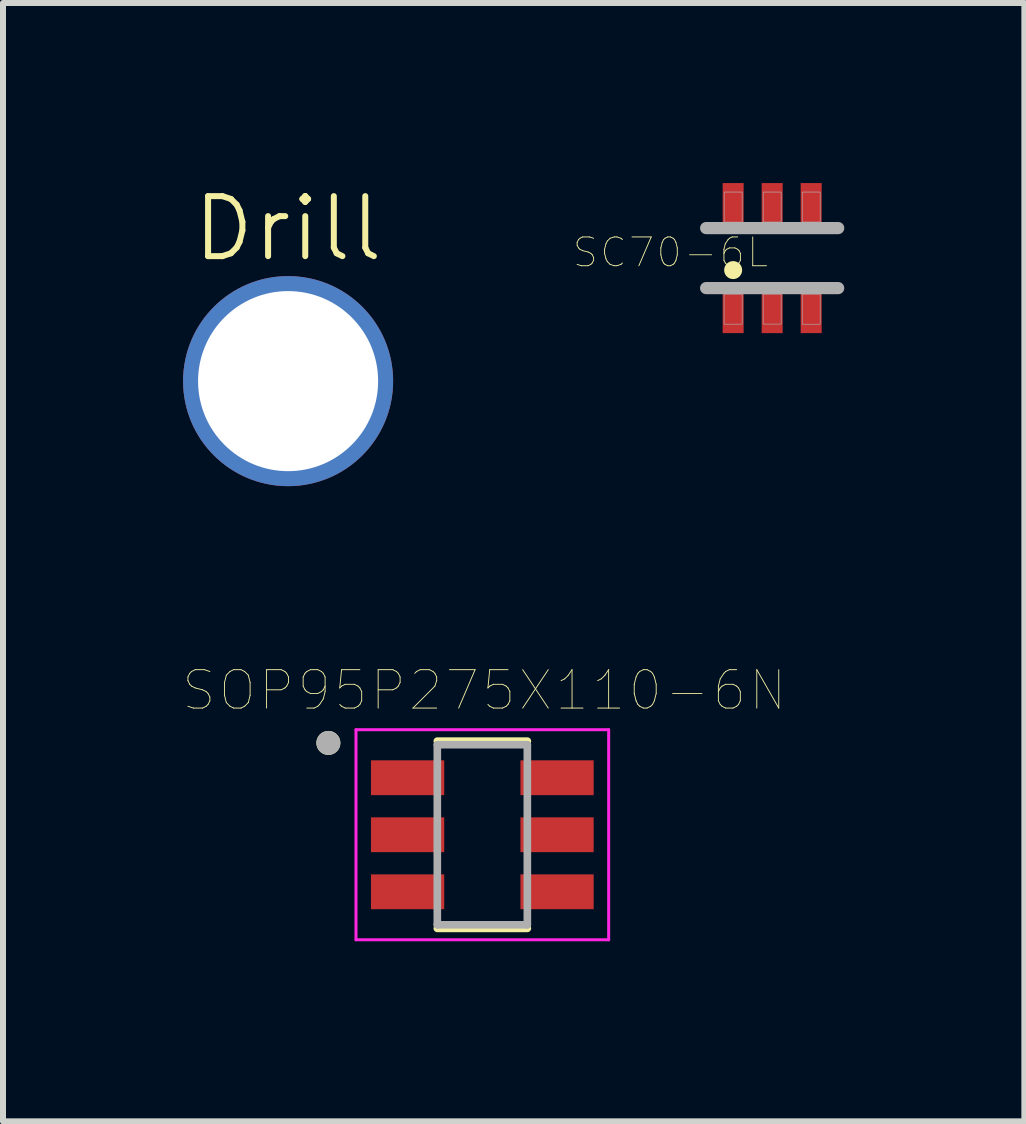
<source format=kicad_pcb>
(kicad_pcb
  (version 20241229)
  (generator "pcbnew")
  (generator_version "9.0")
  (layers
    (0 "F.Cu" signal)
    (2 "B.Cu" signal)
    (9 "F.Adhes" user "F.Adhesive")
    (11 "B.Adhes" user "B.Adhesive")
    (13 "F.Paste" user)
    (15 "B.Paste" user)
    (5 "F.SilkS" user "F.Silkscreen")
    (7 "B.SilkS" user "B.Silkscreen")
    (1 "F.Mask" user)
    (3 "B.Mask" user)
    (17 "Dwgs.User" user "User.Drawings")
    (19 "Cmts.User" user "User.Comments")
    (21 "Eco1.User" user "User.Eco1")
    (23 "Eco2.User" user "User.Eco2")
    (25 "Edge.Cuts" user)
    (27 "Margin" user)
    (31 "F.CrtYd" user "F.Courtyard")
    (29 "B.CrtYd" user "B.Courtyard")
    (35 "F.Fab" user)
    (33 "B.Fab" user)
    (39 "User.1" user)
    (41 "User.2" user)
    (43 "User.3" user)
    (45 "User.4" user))
  (footprint "SOP95P275X110-6N"
    (layer "F.Cu")
    (at 4.986 10.858)
    (property "Reference" "SOP95P275X110-6N" (at 0.032 -2.406 0) (layer "F.SilkS") (effects (font (size 0.64 0.64) (thickness 0.015))))
    (attr through_hole)
    (fp_line (start -0.75 -1.56) (end 0.75 -1.56) (stroke (width 0.127) (type solid)) (layer "F.SilkS"))
    (fp_line (start -0.75 1.56) (end 0.75 1.56) (stroke (width 0.127) (type solid)) (layer "F.SilkS"))
    (fp_circle (center -2.565 -1.53) (end -2.465 -1.53) (stroke (width 0.2) (type solid)) (fill no) (layer "F.SilkS"))
    (fp_line (start -2.105 -1.75) (end -2.105 1.75) (stroke (width 0.05) (type solid)) (layer "F.CrtYd"))
    (fp_line (start -2.105 -1.75) (end 2.105 -1.75) (stroke (width 0.05) (type solid)) (layer "F.CrtYd"))
    (fp_line (start -2.105 1.75) (end 2.105 1.75) (stroke (width 0.05) (type solid)) (layer "F.CrtYd"))
    (fp_line (start 2.105 -1.75) (end 2.105 1.75) (stroke (width 0.05) (type solid)) (layer "F.CrtYd"))
    (fp_line (start -0.75 -1.5) (end -0.75 1.5) (stroke (width 0.127) (type solid)) (layer "F.Fab"))
    (fp_line (start -0.75 -1.5) (end 0.75 -1.5) (stroke (width 0.127) (type solid)) (layer "F.Fab"))
    (fp_line (start -0.75 1.5) (end 0.75 1.5) (stroke (width 0.127) (type solid)) (layer "F.Fab"))
    (fp_line (start 0.75 -1.5) (end 0.75 1.5) (stroke (width 0.127) (type solid)) (layer "F.Fab"))
    (fp_circle (center -2.565 -1.53) (end -2.465 -1.53) (stroke (width 0.2) (type solid)) (fill no) (layer "F.Fab"))
    (pad "1" smd rect (at -1.245 -0.95) (size 1.22 0.58) (layers "F.Cu" "F.Mask" "F.Paste"))
    (pad "2" smd rect (at -1.245 0) (size 1.22 0.58) (layers "F.Cu" "F.Mask" "F.Paste"))
    (pad "3" smd rect (at -1.245 0.95) (size 1.22 0.58) (layers "F.Cu" "F.Mask" "F.Paste"))
    (pad "4" smd rect (at 1.245 0.95) (size 1.22 0.58) (layers "F.Cu" "F.Mask" "F.Paste"))
    (pad "5" smd rect (at 1.245 0) (size 1.22 0.58) (layers "F.Cu" "F.Mask" "F.Paste"))
    (pad "6" smd rect (at 1.245 -0.95) (size 1.22 0.58) (layers "F.Cu" "F.Mask" "F.Paste")))
  (footprint "SC70-6L"
    (layer "F.Cu")
    (at 9.815 1.25)
    (property "Reference" "SC70-6L" (at -1.695 -0.094 180) (layer "F.SilkS") (effects (font (size 0.48 0.48) (thickness 0.015))))
    (attr through_hole)
    (fp_circle (center -0.65 0.2) (end -0.5 0.2) (stroke (width 0) (type solid)) (fill yes) (layer "F.SilkS"))
    (fp_line (start -1.1 -0.5) (end 1.1 -0.5) (stroke (width 0.203) (type solid)) (layer "F.Fab"))
    (fp_line (start 1.1 0.5) (end -1.1 0.5) (stroke (width 0.203) (type solid)) (layer "F.Fab"))
    (fp_poly (pts (xy -0.801 0.6) (xy -0.5 0.6) (xy -0.5 1.101) (xy -0.801 1.101)) (stroke (width 0.01) (type solid)) (fill no) (layer "F.Fab"))
    (fp_poly (pts (xy -0.8 -1.1) (xy -0.5 -1.1) (xy -0.5 -0.6) (xy -0.8 -0.6)) (stroke (width 0.01) (type solid)) (fill no) (layer "F.Fab"))
    (fp_poly (pts (xy -0.15 -1.1) (xy 0.15 -1.1) (xy 0.15 -0.601) (xy -0.15 -0.601)) (stroke (width 0.01) (type solid)) (fill no) (layer "F.Fab"))
    (fp_poly (pts (xy -0.15 0.6) (xy 0.15 0.6) (xy 0.15 1.1) (xy -0.15 1.1)) (stroke (width 0.01) (type solid)) (fill no) (layer "F.Fab"))
    (fp_poly (pts (xy 0.501 -1.1) (xy 0.8 -1.1) (xy 0.8 -0.601) (xy 0.501 -0.601)) (stroke (width 0.01) (type solid)) (fill no) (layer "F.Fab"))
    (fp_poly (pts (xy 0.501 0.6) (xy 0.8 0.6) (xy 0.8 1.102) (xy 0.501 1.102)) (stroke (width 0.01) (type solid)) (fill no) (layer "F.Fab"))
    (pad "1" smd rect (at -0.65 0.85) (size 0.35 0.8) (layers "F.Cu" "F.Mask" "F.Paste"))
    (pad "2" smd rect (at 0 0.85) (size 0.35 0.8) (layers "F.Cu" "F.Mask" "F.Paste"))
    (pad "3" smd rect (at 0.65 0.85) (size 0.35 0.8) (layers "F.Cu" "F.Mask" "F.Paste"))
    (pad "4" smd rect (at 0.65 -0.85) (size 0.35 0.8) (layers "F.Cu" "F.Mask" "F.Paste"))
    (pad "5" smd rect (at 0 -0.85) (size 0.35 0.8) (layers "F.Cu" "F.Mask" "F.Paste"))
    (pad "6" smd rect (at -0.65 -0.85) (size 0.35 0.8) (layers "F.Cu" "F.Mask" "F.Paste")))
  (footprint "Drill"
    (layer "F.Cu")
    (at 1.75 3.3)
    (property "Reference" "Drill" (at 0 -2.54 0) (unlocked yes) (layer "F.SilkS") (effects (font (size 1 1) (thickness 0.1))))
    (attr through_hole)
    (pad "1" thru_hole circle (at 0 0) (size 3.5 3.5) (drill 3) (layers "*.Cu" "*.Mask")))
  (gr_rect
    (start -3 -3)
    (end 14.017 15.633)
    (stroke (width 0.1) (type default))
    (fill no)
    (layer "Edge.Cuts")))
</source>
